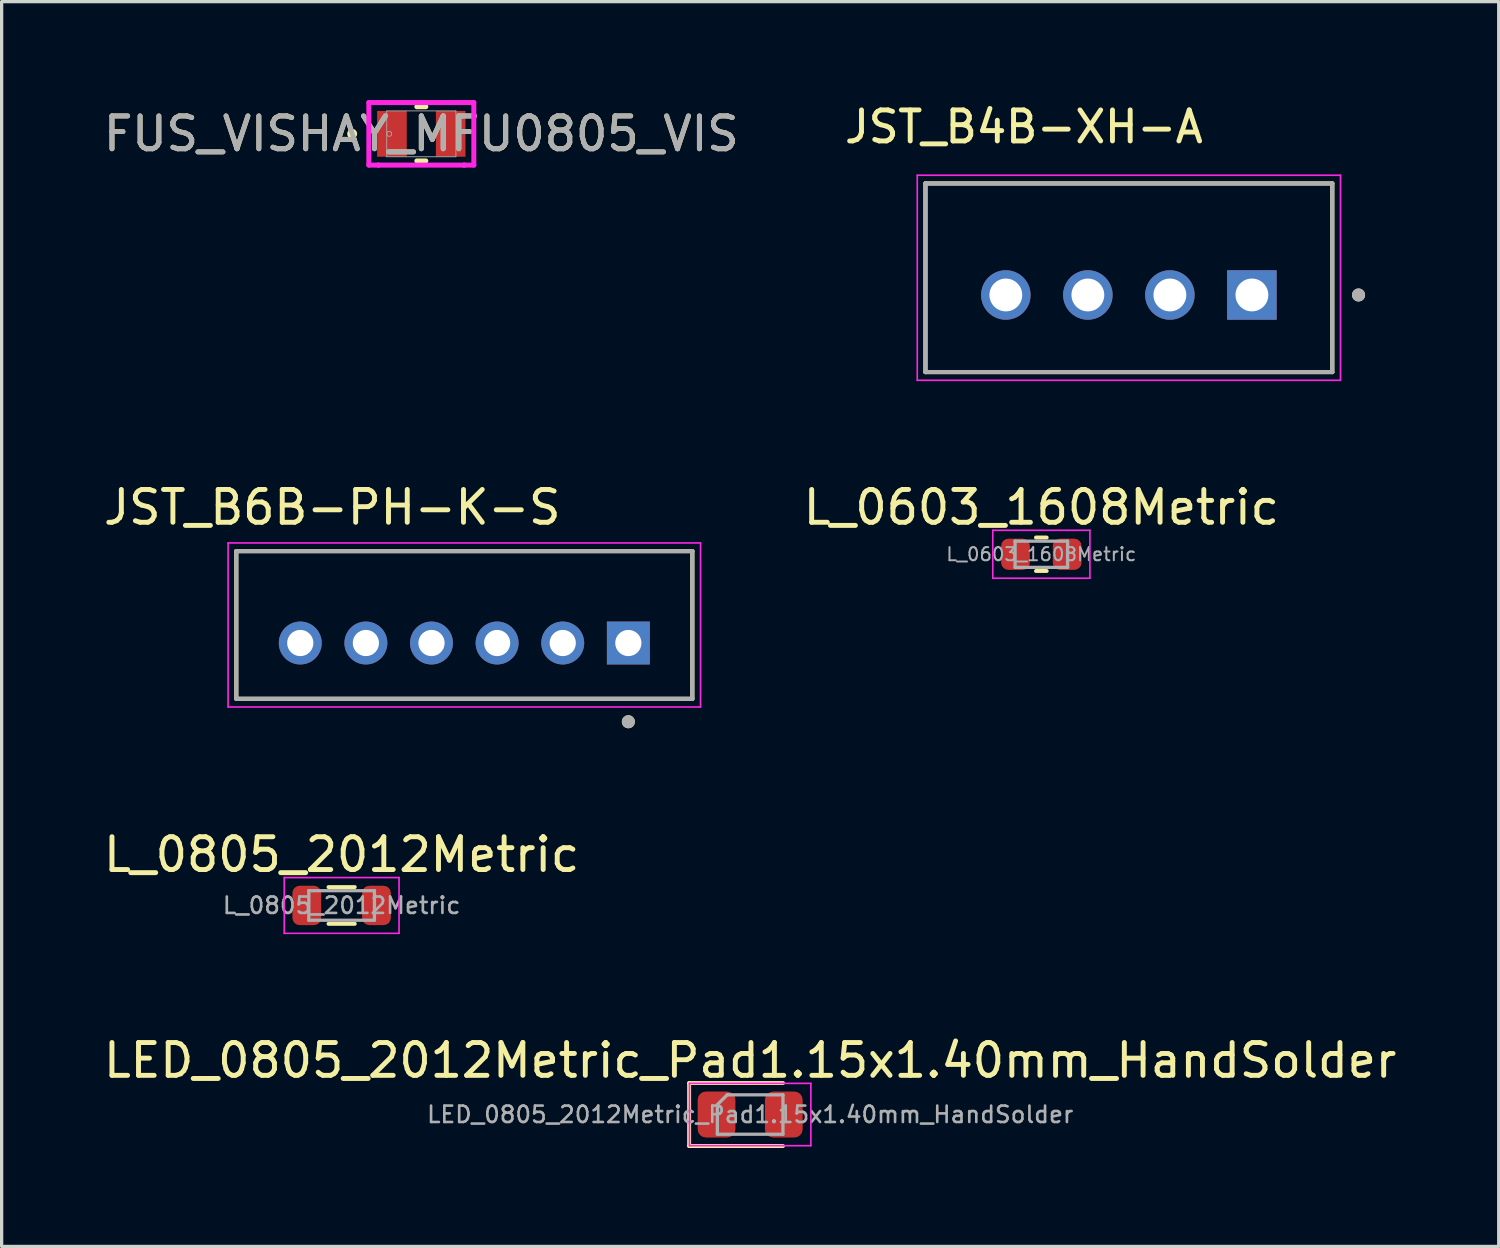
<source format=kicad_pcb>
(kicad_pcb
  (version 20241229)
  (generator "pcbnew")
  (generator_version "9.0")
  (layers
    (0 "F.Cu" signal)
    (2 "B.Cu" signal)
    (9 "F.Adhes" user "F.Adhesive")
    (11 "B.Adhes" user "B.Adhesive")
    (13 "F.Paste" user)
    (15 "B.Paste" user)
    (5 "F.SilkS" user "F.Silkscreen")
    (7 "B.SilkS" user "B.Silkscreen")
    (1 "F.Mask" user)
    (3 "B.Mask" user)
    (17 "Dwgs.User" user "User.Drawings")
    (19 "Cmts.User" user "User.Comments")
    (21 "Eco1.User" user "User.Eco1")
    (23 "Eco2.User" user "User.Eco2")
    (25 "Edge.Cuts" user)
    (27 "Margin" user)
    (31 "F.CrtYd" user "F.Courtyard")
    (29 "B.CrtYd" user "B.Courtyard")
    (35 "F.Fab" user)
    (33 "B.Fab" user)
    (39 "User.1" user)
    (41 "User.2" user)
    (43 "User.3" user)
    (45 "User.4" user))
  (footprint "L_0603_1608Metric"
    (layer "F.Cu")
    (at 28.69 13.844)
    (property "Reference" "L_0603_1608Metric" (at 0 -1.43 0) (layer "F.SilkS") (effects (font (size 1 1) (thickness 0.15))))
    (attr smd)
    (fp_line (start -0.163 -0.51) (end 0.163 -0.51) (stroke (width 0.12) (type solid)) (layer "F.SilkS"))
    (fp_line (start -0.163 0.51) (end 0.163 0.51) (stroke (width 0.12) (type solid)) (layer "F.SilkS"))
    (fp_line (start -1.48 -0.73) (end 1.48 -0.73) (stroke (width 0.05) (type solid)) (layer "F.CrtYd"))
    (fp_line (start -1.48 0.73) (end -1.48 -0.73) (stroke (width 0.05) (type solid)) (layer "F.CrtYd"))
    (fp_line (start 1.48 -0.73) (end 1.48 0.73) (stroke (width 0.05) (type solid)) (layer "F.CrtYd"))
    (fp_line (start 1.48 0.73) (end -1.48 0.73) (stroke (width 0.05) (type solid)) (layer "F.CrtYd"))
    (fp_line (start -0.8 -0.4) (end 0.8 -0.4) (stroke (width 0.1) (type solid)) (layer "F.Fab"))
    (fp_line (start -0.8 0.4) (end -0.8 -0.4) (stroke (width 0.1) (type solid)) (layer "F.Fab"))
    (fp_line (start 0.8 -0.4) (end 0.8 0.4) (stroke (width 0.1) (type solid)) (layer "F.Fab"))
    (fp_line (start 0.8 0.4) (end -0.8 0.4) (stroke (width 0.1) (type solid)) (layer "F.Fab"))
    (fp_text user "${REFERENCE}" (at 0 0 0) (layer "F.Fab") (effects (font (size 0.4 0.4) (thickness 0.06))))
    (pad "1" smd roundrect (at -0.787 0) (size 0.875 0.95) (layers "F.Cu" "F.Mask" "F.Paste") (roundrect_rratio 0.25))
    (pad "2" smd roundrect (at 0.787 0) (size 0.875 0.95) (layers "F.Cu" "F.Mask" "F.Paste") (roundrect_rratio 0.25)))
  (footprint "L_0805_2012Metric"
    (layer "F.Cu")
    (at 7.363 24.548)
    (property "Reference" "L_0805_2012Metric" (at 0 -1.55 180) (layer "F.SilkS") (effects (font (size 1 1) (thickness 0.15))))
    (attr smd)
    (fp_line (start -0.4 -0.56) (end 0.4 -0.56) (stroke (width 0.12) (type solid)) (layer "F.SilkS"))
    (fp_line (start -0.4 0.56) (end 0.4 0.56) (stroke (width 0.12) (type solid)) (layer "F.SilkS"))
    (fp_line (start -1.75 -0.85) (end 1.75 -0.85) (stroke (width 0.05) (type solid)) (layer "F.CrtYd"))
    (fp_line (start -1.75 0.85) (end -1.75 -0.85) (stroke (width 0.05) (type solid)) (layer "F.CrtYd"))
    (fp_line (start 1.75 -0.85) (end 1.75 0.85) (stroke (width 0.05) (type solid)) (layer "F.CrtYd"))
    (fp_line (start 1.75 0.85) (end -1.75 0.85) (stroke (width 0.05) (type solid)) (layer "F.CrtYd"))
    (fp_line (start -1 -0.45) (end 1 -0.45) (stroke (width 0.1) (type solid)) (layer "F.Fab"))
    (fp_line (start -1 0.45) (end -1 -0.45) (stroke (width 0.1) (type solid)) (layer "F.Fab"))
    (fp_line (start 1 -0.45) (end 1 0.45) (stroke (width 0.1) (type solid)) (layer "F.Fab"))
    (fp_line (start 1 0.45) (end -1 0.45) (stroke (width 0.1) (type solid)) (layer "F.Fab"))
    (fp_text user "${REFERENCE}" (at 0 0 180) (layer "F.Fab") (effects (font (size 0.5 0.5) (thickness 0.08))))
    (pad "1" smd roundrect (at -1.062 0) (size 0.875 1.2) (layers "F.Cu" "F.Mask" "F.Paste") (roundrect_rratio 0.25))
    (pad "2" smd roundrect (at 1.062 0) (size 0.875 1.2) (layers "F.Cu" "F.Mask" "F.Paste") (roundrect_rratio 0.25)))
  (footprint "JST_B4B-XH-A"
    (layer "F.Cu")
    (at 31.358 5.416)
    (property "Reference" "JST_B4B-XH-A" (at -3.2 -4.6 0) (layer "F.SilkS") (effects (font (size 0.945 0.945) (thickness 0.15))))
    (attr through_hole)
    (fp_line (start -6.2 -2.875) (end 6.2 -2.875) (stroke (width 0.127) (type solid)) (layer "F.SilkS"))
    (fp_line (start -6.2 2.875) (end -6.2 -2.875) (stroke (width 0.127) (type solid)) (layer "F.SilkS"))
    (fp_line (start 6.2 -2.875) (end 6.2 2.875) (stroke (width 0.127) (type solid)) (layer "F.SilkS"))
    (fp_line (start 6.2 2.875) (end -6.2 2.875) (stroke (width 0.127) (type solid)) (layer "F.SilkS"))
    (fp_circle (center 7 0.525) (end 7.1 0.525) (stroke (width 0.2) (type solid)) (fill no) (layer "F.SilkS"))
    (fp_line (start -6.45 -3.125) (end 6.45 -3.125) (stroke (width 0.05) (type solid)) (layer "F.CrtYd"))
    (fp_line (start -6.45 3.125) (end -6.45 -3.125) (stroke (width 0.05) (type solid)) (layer "F.CrtYd"))
    (fp_line (start 6.45 -3.125) (end 6.45 3.125) (stroke (width 0.05) (type solid)) (layer "F.CrtYd"))
    (fp_line (start 6.45 3.125) (end -6.45 3.125) (stroke (width 0.05) (type solid)) (layer "F.CrtYd"))
    (fp_line (start -6.2 -2.875) (end 6.2 -2.875) (stroke (width 0.127) (type solid)) (layer "F.Fab"))
    (fp_line (start -6.2 2.875) (end -6.2 -2.875) (stroke (width 0.127) (type solid)) (layer "F.Fab"))
    (fp_line (start 6.2 -2.875) (end 6.2 2.875) (stroke (width 0.127) (type solid)) (layer "F.Fab"))
    (fp_line (start 6.2 2.875) (end -6.2 2.875) (stroke (width 0.127) (type solid)) (layer "F.Fab"))
    (fp_circle (center 7 0.525) (end 7.1 0.525) (stroke (width 0.2) (type solid)) (fill no) (layer "F.Fab"))
    (pad "1" thru_hole rect (at 3.75 0.525) (size 1.508 1.508) (drill 1) (layers "*.Cu" "*.Mask"))
    (pad "2" thru_hole circle (at 1.25 0.525) (size 1.508 1.508) (drill 1) (layers "*.Cu" "*.Mask"))
    (pad "3" thru_hole circle (at -1.25 0.525) (size 1.508 1.508) (drill 1) (layers "*.Cu" "*.Mask"))
    (pad "4" thru_hole circle (at -3.75 0.525) (size 1.508 1.508) (drill 1) (layers "*.Cu" "*.Mask")))
  (footprint "LED_0805_2012Metric_Pad1.15x1.40mm_HandSolder"
    (layer "F.Cu")
    (at 19.815 30.921)
    (property "Reference" "LED_0805_2012Metric_Pad1.15x1.40mm_HandSolder" (at 0 -1.65 0) (layer "F.SilkS") (effects (font (size 1 1) (thickness 0.15))))
    (attr smd)
    (fp_line (start -1.86 -0.96) (end -1.86 0.96) (stroke (width 0.12) (type solid)) (layer "F.SilkS"))
    (fp_line (start -1.86 0.96) (end 1 0.96) (stroke (width 0.12) (type solid)) (layer "F.SilkS"))
    (fp_line (start 1 -0.96) (end -1.86 -0.96) (stroke (width 0.12) (type solid)) (layer "F.SilkS"))
    (fp_line (start -1.85 -0.95) (end 1.85 -0.95) (stroke (width 0.05) (type solid)) (layer "F.CrtYd"))
    (fp_line (start -1.85 0.95) (end -1.85 -0.95) (stroke (width 0.05) (type solid)) (layer "F.CrtYd"))
    (fp_line (start 1.85 -0.95) (end 1.85 0.95) (stroke (width 0.05) (type solid)) (layer "F.CrtYd"))
    (fp_line (start 1.85 0.95) (end -1.85 0.95) (stroke (width 0.05) (type solid)) (layer "F.CrtYd"))
    (fp_line (start -1 -0.3) (end -1 0.6) (stroke (width 0.1) (type solid)) (layer "F.Fab"))
    (fp_line (start -1 0.6) (end 1 0.6) (stroke (width 0.1) (type solid)) (layer "F.Fab"))
    (fp_line (start -0.7 -0.6) (end -1 -0.3) (stroke (width 0.1) (type solid)) (layer "F.Fab"))
    (fp_line (start 1 -0.6) (end -0.7 -0.6) (stroke (width 0.1) (type solid)) (layer "F.Fab"))
    (fp_line (start 1 0.6) (end 1 -0.6) (stroke (width 0.1) (type solid)) (layer "F.Fab"))
    (fp_text user "${REFERENCE}" (at 0 0 0) (layer "F.Fab") (effects (font (size 0.5 0.5) (thickness 0.08))))
    (pad "1" smd roundrect (at -1.025 0) (size 1.15 1.4) (layers "F.Cu" "F.Mask" "F.Paste") (roundrect_rratio 0.217))
    (pad "2" smd roundrect (at 1.025 0) (size 1.15 1.4) (layers "F.Cu" "F.Mask" "F.Paste") (roundrect_rratio 0.217)))
  (footprint "FUS_VISHAY_MFU0805_VIS"
    (layer "F.Cu")
    (at 9.792 1.029)
    (property "Reference" "FUS_VISHAY_MFU0805_VIS" (at 0 0 0) (unlocked yes) (layer "F.SilkS") (effects (font (size 1 1) (thickness 0.15))))
    (attr smd)
    (fp_line (start -0.137 0.826) (end 0.137 0.826) (stroke (width 0.152) (type solid)) (layer "F.SilkS"))
    (fp_line (start 0.137 -0.826) (end -0.137 -0.826) (stroke (width 0.152) (type solid)) (layer "F.SilkS"))
    (fp_circle (center -2.108 0) (end -2.032 0) (stroke (width 0.152) (type solid)) (fill no) (layer "F.SilkS"))
    (fp_line (start -1.6 -0.953) (end -1.308 -0.953) (stroke (width 0.152) (type solid)) (layer "F.CrtYd"))
    (fp_line (start -1.6 0.953) (end -1.6 -0.953) (stroke (width 0.152) (type solid)) (layer "F.CrtYd"))
    (fp_line (start -1.308 -0.953) (end -1.308 -0.953) (stroke (width 0.152) (type solid)) (layer "F.CrtYd"))
    (fp_line (start -1.308 -0.953) (end 1.308 -0.953) (stroke (width 0.152) (type solid)) (layer "F.CrtYd"))
    (fp_line (start -1.308 0.953) (end -1.6 0.953) (stroke (width 0.152) (type solid)) (layer "F.CrtYd"))
    (fp_line (start -1.308 0.953) (end -1.308 0.953) (stroke (width 0.152) (type solid)) (layer "F.CrtYd"))
    (fp_line (start 1.308 -0.953) (end 1.308 -0.953) (stroke (width 0.152) (type solid)) (layer "F.CrtYd"))
    (fp_line (start 1.308 -0.953) (end 1.6 -0.953) (stroke (width 0.152) (type solid)) (layer "F.CrtYd"))
    (fp_line (start 1.308 0.953) (end -1.308 0.953) (stroke (width 0.152) (type solid)) (layer "F.CrtYd"))
    (fp_line (start 1.308 0.953) (end 1.308 0.953) (stroke (width 0.152) (type solid)) (layer "F.CrtYd"))
    (fp_line (start 1.6 -0.953) (end 1.6 0.953) (stroke (width 0.152) (type solid)) (layer "F.CrtYd"))
    (fp_line (start 1.6 0.953) (end 1.308 0.953) (stroke (width 0.152) (type solid)) (layer "F.CrtYd"))
    (fp_line (start -1.054 -0.699) (end -1.054 0.699) (stroke (width 0.025) (type solid)) (layer "F.Fab"))
    (fp_line (start -1.054 0.699) (end 1.054 0.699) (stroke (width 0.025) (type solid)) (layer "F.Fab"))
    (fp_line (start 1.054 -0.699) (end -1.054 -0.699) (stroke (width 0.025) (type solid)) (layer "F.Fab"))
    (fp_line (start 1.054 0.699) (end 1.054 -0.699) (stroke (width 0.025) (type solid)) (layer "F.Fab"))
    (fp_circle (center -0.978 0) (end -0.902 0) (stroke (width 0.025) (type solid)) (fill no) (layer "F.Fab"))
    (fp_text user "${REFERENCE}" (at 0 0 0) (unlocked yes) (layer "F.Fab") (effects (font (size 1 1) (thickness 0.15))))
    (pad "1" smd rect (at -0.895 0) (size 0.902 1.397) (layers "F.Cu" "F.Mask" "F.Paste"))
    (pad "2" smd rect (at 0.895 0) (size 0.902 1.397) (layers "F.Cu" "F.Mask" "F.Paste"))
    (zone (net_name "") (layer "F.Cu") (hatch full 0.508) (connect_pads) (min_thickness 0.254) (filled_areas_thickness no) (keepout (tracks not_allowed) (vias not_allowed) (pads allowed) (copperpour not_allowed) (footprints allowed)) (placement (enabled no)) (fill) (polygon (pts (xy 9.398 0.381) (xy 10.185 0.381) (xy 10.185 1.676) (xy 9.398 1.676)))))
  (footprint "JST_B6B-PH-K-S"
    (layer "F.Cu")
    (at 11.102 15.999)
    (property "Reference" "JST_B6B-PH-K-S" (at -4.025 -3.585 0) (layer "F.SilkS") (effects (font (size 1 1) (thickness 0.15))))
    (attr through_hole)
    (fp_line (start -6.95 -2.25) (end 6.95 -2.25) (stroke (width 0.127) (type solid)) (layer "F.SilkS"))
    (fp_line (start -6.95 2.25) (end -6.95 -2.25) (stroke (width 0.127) (type solid)) (layer "F.SilkS"))
    (fp_line (start 6.95 -2.25) (end 6.95 2.25) (stroke (width 0.127) (type solid)) (layer "F.SilkS"))
    (fp_line (start 6.95 2.25) (end -6.95 2.25) (stroke (width 0.127) (type solid)) (layer "F.SilkS"))
    (fp_circle (center 5 2.95) (end 5.1 2.95) (stroke (width 0.2) (type solid)) (fill no) (layer "F.SilkS"))
    (fp_line (start -7.2 -2.5) (end 7.2 -2.5) (stroke (width 0.05) (type solid)) (layer "F.CrtYd"))
    (fp_line (start -7.2 2.5) (end -7.2 -2.5) (stroke (width 0.05) (type solid)) (layer "F.CrtYd"))
    (fp_line (start 7.2 -2.5) (end 7.2 2.5) (stroke (width 0.05) (type solid)) (layer "F.CrtYd"))
    (fp_line (start 7.2 2.5) (end -7.2 2.5) (stroke (width 0.05) (type solid)) (layer "F.CrtYd"))
    (fp_line (start -6.95 -2.25) (end 6.95 -2.25) (stroke (width 0.127) (type solid)) (layer "F.Fab"))
    (fp_line (start -6.95 2.25) (end -6.95 -2.25) (stroke (width 0.127) (type solid)) (layer "F.Fab"))
    (fp_line (start 6.95 -2.25) (end 6.95 2.25) (stroke (width 0.127) (type solid)) (layer "F.Fab"))
    (fp_line (start 6.95 2.25) (end -6.95 2.25) (stroke (width 0.127) (type solid)) (layer "F.Fab"))
    (fp_circle (center 5 2.95) (end 5.1 2.95) (stroke (width 0.2) (type solid)) (fill no) (layer "F.Fab"))
    (pad "1" thru_hole rect (at 5 0.55) (size 1.308 1.308) (drill 0.8) (layers "*.Cu" "*.Mask"))
    (pad "2" thru_hole circle (at 3 0.55) (size 1.308 1.308) (drill 0.8) (layers "*.Cu" "*.Mask"))
    (pad "3" thru_hole circle (at 1 0.55) (size 1.308 1.308) (drill 0.8) (layers "*.Cu" "*.Mask"))
    (pad "4" thru_hole circle (at -1 0.55) (size 1.308 1.308) (drill 0.8) (layers "*.Cu" "*.Mask"))
    (pad "5" thru_hole circle (at -3 0.55) (size 1.308 1.308) (drill 0.8) (layers "*.Cu" "*.Mask"))
    (pad "6" thru_hole circle (at -5 0.55) (size 1.308 1.308) (drill 0.8) (layers "*.Cu" "*.Mask")))
  (gr_rect
    (start -3 -3)
    (end 42.631 34.941)
    (stroke (width 0.1) (type default))
    (fill no)
    (layer "Edge.Cuts")))
</source>
